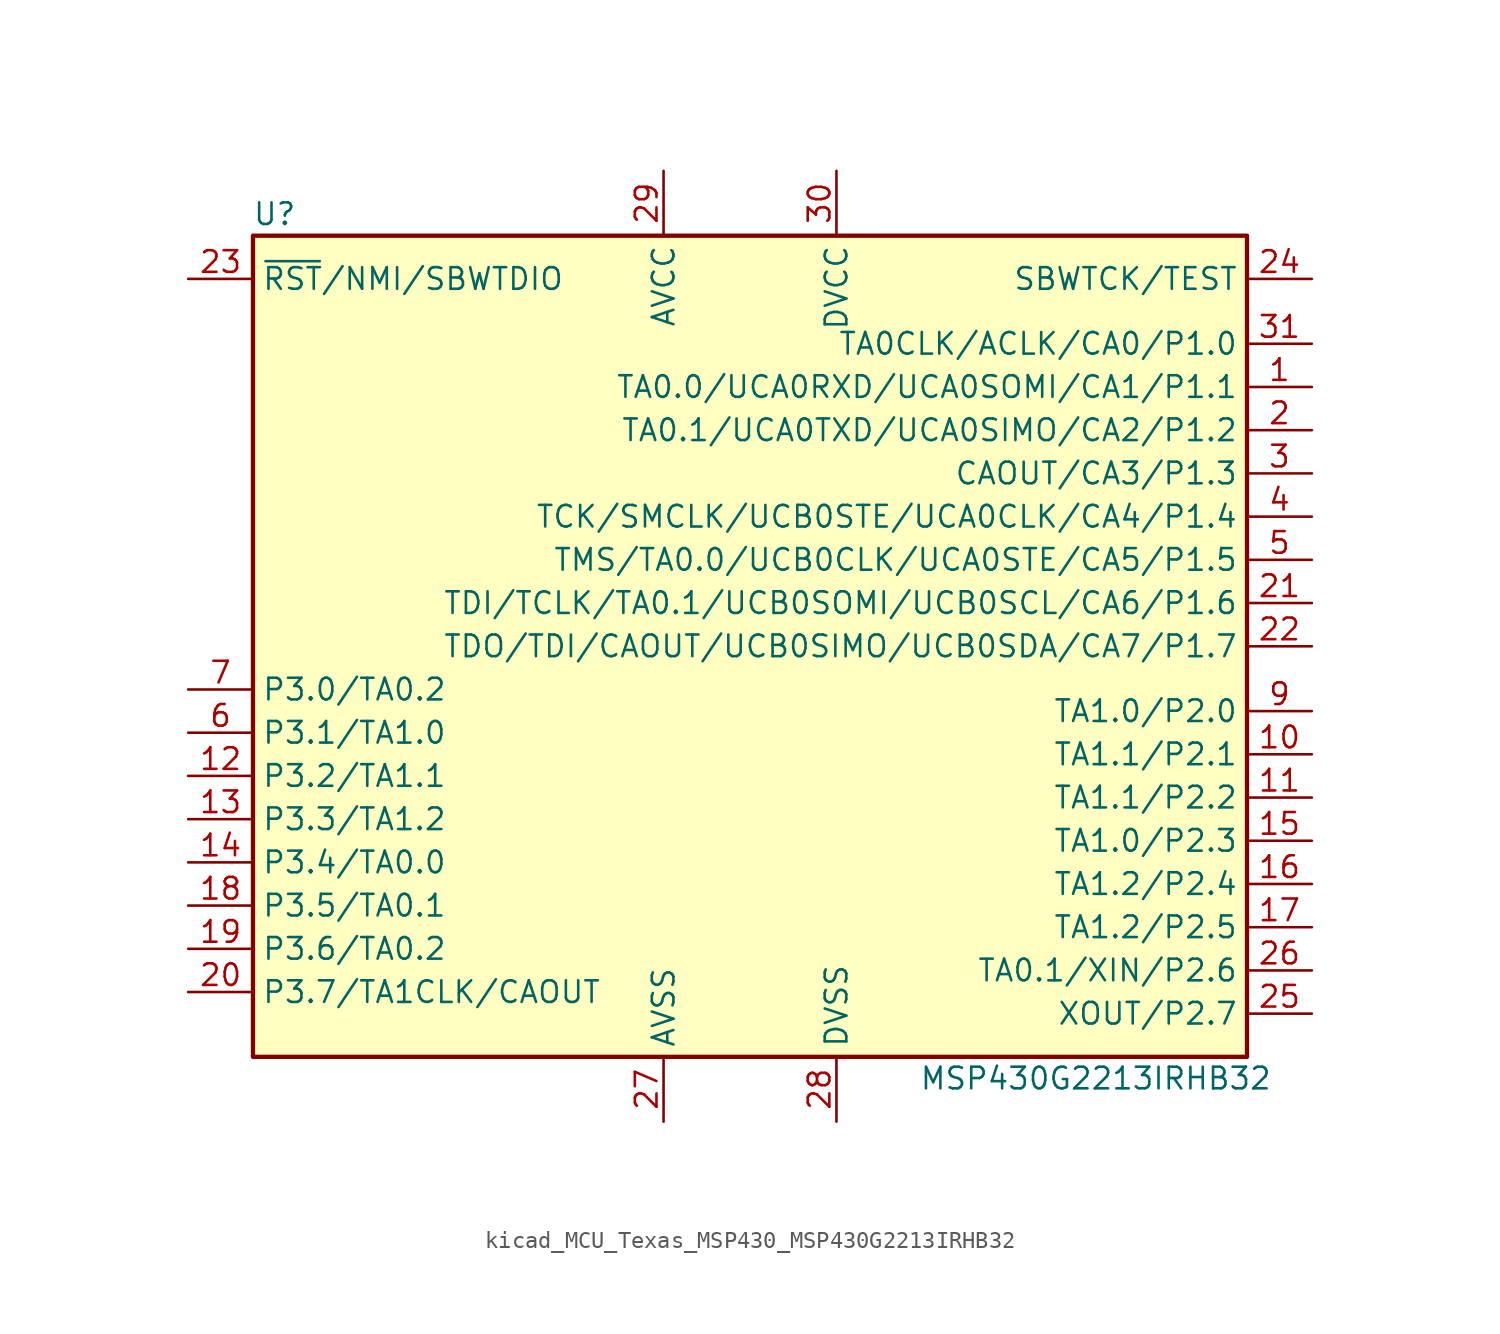
<source format=kicad_sym>
(kicad_symbol_lib
  (version 20220914)
  (generator kicad_symbol_editor)
  (symbol "kicad_MCU_Texas_MSP430_MSP430G2213IRHB32"
    (property "Reference" "U"
      (at -27.94 25.4 0)
      (effects (font (size 1.27 1.27))))
    (property "Value" "MSP430G2213IRHB32"
      (at 20.32 -25.4 0)
      (effects (font (size 1.27 1.27))))
    (symbol "kicad_MCU_Texas_MSP430_MSP430G2213IRHB32_0_1"
      (rectangle (start -29.21 24.13) (end 29.21 -24.13) (stroke (width 0.254) (type default)) (fill (type background))))
    (symbol "kicad_MCU_Texas_MSP430_MSP430G2213IRHB32_1_1"
      (pin bidirectional line (at 33.02 15.24 180) (length 3.81) (name "TA0.0/UCA0RXD/UCA0SOMI/CA1/P1.1" (effects (font (size 1.27 1.27)))) (number "1" (effects (font (size 1.27 1.27)))))
      (pin bidirectional line (at 33.02 -6.35 180) (length 3.81) (name "TA1.1/P2.1" (effects (font (size 1.27 1.27)))) (number "10" (effects (font (size 1.27 1.27)))))
      (pin bidirectional line (at 33.02 -8.89 180) (length 3.81) (name "TA1.1/P2.2" (effects (font (size 1.27 1.27)))) (number "11" (effects (font (size 1.27 1.27)))))
      (pin bidirectional line (at -33.02 -7.62 0) (length 3.81) (name "P3.2/TA1.1" (effects (font (size 1.27 1.27)))) (number "12" (effects (font (size 1.27 1.27)))))
      (pin bidirectional line (at -33.02 -10.16 0) (length 3.81) (name "P3.3/TA1.2" (effects (font (size 1.27 1.27)))) (number "13" (effects (font (size 1.27 1.27)))))
      (pin bidirectional line (at -33.02 -12.7 0) (length 3.81) (name "P3.4/TA0.0" (effects (font (size 1.27 1.27)))) (number "14" (effects (font (size 1.27 1.27)))))
      (pin bidirectional line (at 33.02 -11.43 180) (length 3.81) (name "TA1.0/P2.3" (effects (font (size 1.27 1.27)))) (number "15" (effects (font (size 1.27 1.27)))))
      (pin bidirectional line (at 33.02 -13.97 180) (length 3.81) (name "TA1.2/P2.4" (effects (font (size 1.27 1.27)))) (number "16" (effects (font (size 1.27 1.27)))))
      (pin bidirectional line (at 33.02 -16.51 180) (length 3.81) (name "TA1.2/P2.5" (effects (font (size 1.27 1.27)))) (number "17" (effects (font (size 1.27 1.27)))))
      (pin bidirectional line (at -33.02 -15.24 0) (length 3.81) (name "P3.5/TA0.1" (effects (font (size 1.27 1.27)))) (number "18" (effects (font (size 1.27 1.27)))))
      (pin bidirectional line (at -33.02 -17.78 0) (length 3.81) (name "P3.6/TA0.2" (effects (font (size 1.27 1.27)))) (number "19" (effects (font (size 1.27 1.27)))))
      (pin bidirectional line (at 33.02 12.7 180) (length 3.81) (name "TA0.1/UCA0TXD/UCA0SIMO/CA2/P1.2" (effects (font (size 1.27 1.27)))) (number "2" (effects (font (size 1.27 1.27)))))
      (pin bidirectional line (at -33.02 -20.32 0) (length 3.81) (name "P3.7/TA1CLK/CAOUT" (effects (font (size 1.27 1.27)))) (number "20" (effects (font (size 1.27 1.27)))))
      (pin bidirectional line (at 33.02 2.54 180) (length 3.81) (name "TDI/TCLK/TA0.1/UCB0SOMI/UCB0SCL/CA6/P1.6" (effects (font (size 1.27 1.27)))) (number "21" (effects (font (size 1.27 1.27)))))
      (pin bidirectional line (at 33.02 0 180) (length 3.81) (name "TDO/TDI/CAOUT/UCB0SIMO/UCB0SDA/CA7/P1.7" (effects (font (size 1.27 1.27)))) (number "22" (effects (font (size 1.27 1.27)))))
      (pin input line (at -33.02 21.59 0) (length 3.81) (name "~{RST}/NMI/SBWTDIO" (effects (font (size 1.27 1.27)))) (number "23" (effects (font (size 1.27 1.27)))))
      (pin input line (at 33.02 21.59 180) (length 3.81) (name "SBWTCK/TEST" (effects (font (size 1.27 1.27)))) (number "24" (effects (font (size 1.27 1.27)))))
      (pin bidirectional line (at 33.02 -21.59 180) (length 3.81) (name "XOUT/P2.7" (effects (font (size 1.27 1.27)))) (number "25" (effects (font (size 1.27 1.27)))))
      (pin bidirectional line (at 33.02 -19.05 180) (length 3.81) (name "TA0.1/XIN/P2.6" (effects (font (size 1.27 1.27)))) (number "26" (effects (font (size 1.27 1.27)))))
      (pin power_in line (at -5.08 -27.94 90) (length 3.81) (name "AVSS" (effects (font (size 1.27 1.27)))) (number "27" (effects (font (size 1.27 1.27)))))
      (pin power_in line (at 5.08 -27.94 90) (length 3.81) (name "DVSS" (effects (font (size 1.27 1.27)))) (number "28" (effects (font (size 1.27 1.27)))))
      (pin power_in line (at -5.08 27.94 270) (length 3.81) (name "AVCC" (effects (font (size 1.27 1.27)))) (number "29" (effects (font (size 1.27 1.27)))))
      (pin bidirectional line (at 33.02 10.16 180) (length 3.81) (name "CAOUT/CA3/P1.3" (effects (font (size 1.27 1.27)))) (number "3" (effects (font (size 1.27 1.27)))))
      (pin power_in line (at 5.08 27.94 270) (length 3.81) (name "DVCC" (effects (font (size 1.27 1.27)))) (number "30" (effects (font (size 1.27 1.27)))))
      (pin bidirectional line (at 33.02 17.78 180) (length 3.81) (name "TA0CLK/ACLK/CA0/P1.0" (effects (font (size 1.27 1.27)))) (number "31" (effects (font (size 1.27 1.27)))))
      (pin bidirectional line (at 33.02 7.62 180) (length 3.81) (name "TCK/SMCLK/UCB0STE/UCA0CLK/CA4/P1.4" (effects (font (size 1.27 1.27)))) (number "4" (effects (font (size 1.27 1.27)))))
      (pin bidirectional line (at 33.02 5.08 180) (length 3.81) (name "TMS/TA0.0/UCB0CLK/UCA0STE/CA5/P1.5" (effects (font (size 1.27 1.27)))) (number "5" (effects (font (size 1.27 1.27)))))
      (pin bidirectional line (at -33.02 -5.08 0) (length 3.81) (name "P3.1/TA1.0" (effects (font (size 1.27 1.27)))) (number "6" (effects (font (size 1.27 1.27)))))
      (pin bidirectional line (at -33.02 -2.54 0) (length 3.81) (name "P3.0/TA0.2" (effects (font (size 1.27 1.27)))) (number "7" (effects (font (size 1.27 1.27)))))
      (pin bidirectional line (at 33.02 -3.81 180) (length 3.81) (name "TA1.0/P2.0" (effects (font (size 1.27 1.27)))) (number "9" (effects (font (size 1.27 1.27))))))))
</source>
